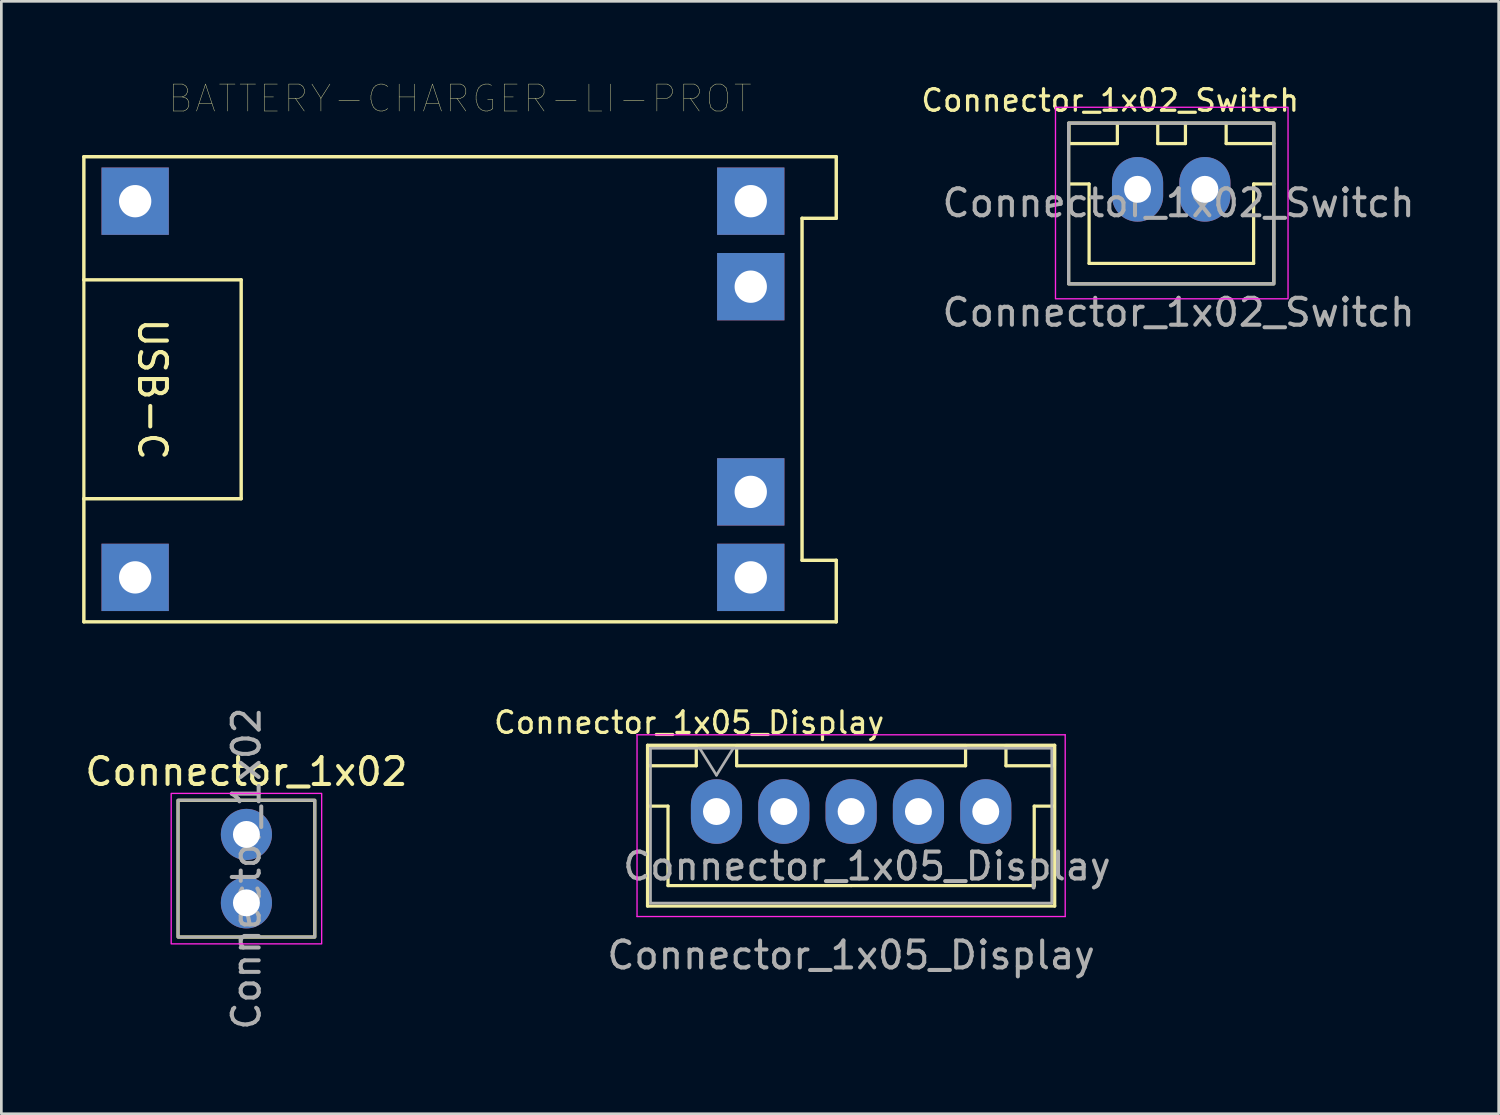
<source format=kicad_pcb>
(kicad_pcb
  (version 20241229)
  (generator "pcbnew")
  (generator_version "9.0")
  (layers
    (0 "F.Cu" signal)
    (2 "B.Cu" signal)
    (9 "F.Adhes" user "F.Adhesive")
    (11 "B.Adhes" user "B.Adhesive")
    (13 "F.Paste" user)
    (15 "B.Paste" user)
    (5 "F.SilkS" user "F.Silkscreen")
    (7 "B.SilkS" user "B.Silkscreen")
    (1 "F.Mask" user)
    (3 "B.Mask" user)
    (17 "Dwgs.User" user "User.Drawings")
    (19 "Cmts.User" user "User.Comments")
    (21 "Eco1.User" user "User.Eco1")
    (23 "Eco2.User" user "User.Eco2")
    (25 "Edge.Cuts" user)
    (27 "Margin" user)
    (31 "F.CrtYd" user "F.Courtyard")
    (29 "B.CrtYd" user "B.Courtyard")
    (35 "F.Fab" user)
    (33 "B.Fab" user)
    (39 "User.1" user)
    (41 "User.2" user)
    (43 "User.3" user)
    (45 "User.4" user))
  (footprint "BATTERY-CHARGER-LI-PROT"
    (layer "F.Cu")
    (at 14.034 11.406)
    (property "Reference" "BATTERY-CHARGER-LI-PROT" (at 0 -10.795 0) (layer "F.SilkS") (effects (font (size 1 1) (thickness 0.015))))
    (attr through_hole)
    (fp_line (start -13.97 -8.636) (end -13.97 -4.064) (stroke (width 0.127) (type solid)) (layer "F.SilkS"))
    (fp_line (start -13.97 -8.636) (end 13.97 -8.636) (stroke (width 0.127) (type solid)) (layer "F.SilkS"))
    (fp_line (start -13.97 -4.064) (end -13.97 4.064) (stroke (width 0.12) (type solid)) (layer "F.SilkS"))
    (fp_line (start -13.97 -4.064) (end -8.128 -4.064) (stroke (width 0.127) (type solid)) (layer "F.SilkS"))
    (fp_line (start -13.97 4.064) (end -8.128 4.064) (stroke (width 0.127) (type solid)) (layer "F.SilkS"))
    (fp_line (start -13.97 8.636) (end -13.97 4.064) (stroke (width 0.127) (type solid)) (layer "F.SilkS"))
    (fp_line (start -8.128 -4.064) (end -8.128 4.064) (stroke (width 0.127) (type solid)) (layer "F.SilkS"))
    (fp_line (start 12.7 -6.35) (end 12.7 6.35) (stroke (width 0.127) (type solid)) (layer "F.SilkS"))
    (fp_line (start 12.7 6.35) (end 13.97 6.35) (stroke (width 0.127) (type solid)) (layer "F.SilkS"))
    (fp_line (start 13.97 -8.636) (end 13.97 -6.35) (stroke (width 0.127) (type solid)) (layer "F.SilkS"))
    (fp_line (start 13.97 -6.35) (end 12.7 -6.35) (stroke (width 0.127) (type solid)) (layer "F.SilkS"))
    (fp_line (start 13.97 6.35) (end 13.97 8.636) (stroke (width 0.127) (type solid)) (layer "F.SilkS"))
    (fp_line (start 13.97 8.636) (end -13.97 8.636) (stroke (width 0.127) (type solid)) (layer "F.SilkS"))
    (fp_text user "USB-C" (at -11.43 0 270) (unlocked yes) (layer "F.SilkS") (effects (font (size 1 1) (thickness 0.15))))
    (pad "B+" thru_hole rect (at 10.795 -3.81) (size 2.5 2.5) (drill 1.2) (layers "*.Cu" "*.Mask"))
    (pad "B-" thru_hole rect (at 10.795 3.81) (size 2.5 2.5) (drill 1.2) (layers "*.Cu" "*.Mask"))
    (pad "IN+" thru_hole rect (at -12.065 -6.985) (size 2.5 2.5) (drill 1.2) (layers "*.Cu" "*.Mask"))
    (pad "IN-" thru_hole rect (at -12.065 6.985) (size 2.5 2.5) (drill 1.2) (layers "*.Cu" "*.Mask"))
    (pad "OUT+" thru_hole rect (at 10.795 -6.985) (size 2.5 2.5) (drill 1.2) (layers "*.Cu" "*.Mask"))
    (pad "OUT-" thru_hole rect (at 10.795 6.985) (size 2.5 2.5) (drill 1.2) (layers "*.Cu" "*.Mask")))
  (footprint "Connector_1x02"
    (layer "F.Cu")
    (at 6.101 27.937)
    (property "Reference" "Connector_1x02" (at 0 -2.33 0) (layer "F.SilkS") (effects (font (size 1 1) (thickness 0.15))))
    (attr through_hole)
    (fp_rect (start 2.54 -1.27) (end -2.54 3.81) (stroke (width 0.12) (type solid)) (fill no) (layer "F.SilkS"))
    (fp_rect (start 2.794 4.064) (end -2.794 -1.524) (stroke (width 0.05) (type solid)) (fill no) (layer "F.CrtYd"))
    (fp_rect (start 2.54 3.81) (end -2.54 -1.27) (stroke (width 0.1) (type solid)) (fill no) (layer "F.Fab"))
    (fp_text user "${REFERENCE}" (at 0 1.27 90) (layer "F.Fab") (effects (font (size 1 1) (thickness 0.15))))
    (pad "1" thru_hole circle (at 0 0) (size 1.9 1.9) (drill 1) (layers "*.Cu" "*.Mask"))
    (pad "2" thru_hole circle (at 0 2.54) (size 1.9 1.9) (drill 1) (layers "*.Cu" "*.Mask")))
  (footprint "Connector_1x02_Switch"
    (layer "F.Cu")
    (at 39.193 3.981)
    (property "Reference" "Connector_1x02_Switch" (at -1.016 -3.302 0) (layer "F.SilkS") (effects (font (size 0.8 0.8) (thickness 0.12))))
    (attr through_hole)
    (fp_line (start -2.55 -2.45) (end -2.55 -1.7) (stroke (width 0.12) (type solid)) (layer "F.SilkS"))
    (fp_line (start -2.55 -1.7) (end -0.75 -1.7) (stroke (width 0.12) (type solid)) (layer "F.SilkS"))
    (fp_line (start -2.55 -0.2) (end -1.8 -0.2) (stroke (width 0.12) (type solid)) (layer "F.SilkS"))
    (fp_line (start -1.8 -0.2) (end -1.8 2.75) (stroke (width 0.12) (type solid)) (layer "F.SilkS"))
    (fp_line (start -0.75 -1.7) (end -0.75 -2.45) (stroke (width 0.12) (type solid)) (layer "F.SilkS"))
    (fp_line (start 0.75 -2.45) (end 0.75 -1.7) (stroke (width 0.12) (type solid)) (layer "F.SilkS"))
    (fp_line (start 0.75 -1.7) (end 1.778 -1.7) (stroke (width 0.12) (type solid)) (layer "F.SilkS"))
    (fp_line (start 1.778 -1.7) (end 1.778 -2.45) (stroke (width 0.12) (type solid)) (layer "F.SilkS"))
    (fp_line (start 3.29 -1.7) (end 3.29 -2.45) (stroke (width 0.12) (type solid)) (layer "F.SilkS"))
    (fp_line (start 3.29 -1.7) (end 5.06 -1.7) (stroke (width 0.12) (type solid)) (layer "F.SilkS"))
    (fp_line (start 4.31 -0.2) (end 4.31 2.75) (stroke (width 0.12) (type solid)) (layer "F.SilkS"))
    (fp_line (start 4.31 2.75) (end -1.8 2.75) (stroke (width 0.12) (type solid)) (layer "F.SilkS"))
    (fp_line (start 5.06 -0.2) (end 4.31 -0.2) (stroke (width 0.12) (type solid)) (layer "F.SilkS"))
    (fp_rect (start -2.56 -2.46) (end 5.06 3.51) (stroke (width 0.12) (type solid)) (fill no) (layer "F.SilkS"))
    (fp_rect (start 5.588 -3.048) (end -3.048 4.064) (stroke (width 0.05) (type solid)) (fill no) (layer "F.CrtYd"))
    (fp_rect (start -2.56 -2.46) (end 5.06 3.51) (stroke (width 0.12) (type solid)) (fill no) (layer "F.Fab"))
    (fp_text user "${REFERENCE}" (at 1.524 0.508 180) (layer "F.Fab") (effects (font (size 1 1) (thickness 0.15))))
    (fp_text user "Connector_1x02_Switch" (at 1.524 4.572 180) (layer "F.Fab") (effects (font (size 1 1) (thickness 0.15))))
    (pad "1" thru_hole oval (at 0 0) (size 1.9 2.4) (drill 1) (layers "*.Cu" "*.Mask"))
    (pad "2" thru_hole oval (at 2.5 0) (size 1.9 2.4) (drill 1) (layers "*.Cu" "*.Mask")))
  (footprint "Connector_1x05_Display"
    (layer "F.Cu")
    (at 23.556 27.086)
    (property "Reference" "Connector_1x05_Display" (at -1.016 -3.302 0) (layer "F.SilkS") (effects (font (size 0.8 0.8) (thickness 0.12))))
    (attr through_hole)
    (fp_line (start -2.56 -2.46) (end -2.56 3.51) (stroke (width 0.12) (type solid)) (layer "F.SilkS"))
    (fp_line (start -2.56 3.51) (end 12.56 3.51) (stroke (width 0.12) (type solid)) (layer "F.SilkS"))
    (fp_line (start -2.55 -2.45) (end -2.55 -1.7) (stroke (width 0.12) (type solid)) (layer "F.SilkS"))
    (fp_line (start -2.55 -1.7) (end -0.75 -1.7) (stroke (width 0.12) (type solid)) (layer "F.SilkS"))
    (fp_line (start -2.55 -0.2) (end -1.8 -0.2) (stroke (width 0.12) (type solid)) (layer "F.SilkS"))
    (fp_line (start -1.8 -0.2) (end -1.8 2.75) (stroke (width 0.12) (type solid)) (layer "F.SilkS"))
    (fp_line (start -0.75 -2.45) (end -2.55 -2.45) (stroke (width 0.12) (type solid)) (layer "F.SilkS"))
    (fp_line (start -0.75 -1.7) (end -0.75 -2.45) (stroke (width 0.12) (type solid)) (layer "F.SilkS"))
    (fp_line (start 0.75 -2.45) (end 0.75 -1.7) (stroke (width 0.12) (type solid)) (layer "F.SilkS"))
    (fp_line (start 0.75 -1.7) (end 9.25 -1.7) (stroke (width 0.12) (type solid)) (layer "F.SilkS"))
    (fp_line (start 5 2.75) (end -1.8 2.75) (stroke (width 0.12) (type solid)) (layer "F.SilkS"))
    (fp_line (start 9.25 -2.45) (end 0.75 -2.45) (stroke (width 0.12) (type solid)) (layer "F.SilkS"))
    (fp_line (start 9.25 -1.7) (end 9.25 -2.45) (stroke (width 0.12) (type solid)) (layer "F.SilkS"))
    (fp_line (start 10.75 -2.45) (end 10.75 -1.7) (stroke (width 0.12) (type solid)) (layer "F.SilkS"))
    (fp_line (start 10.75 -1.7) (end 12.55 -1.7) (stroke (width 0.12) (type solid)) (layer "F.SilkS"))
    (fp_line (start 11.8 -0.2) (end 11.8 2.75) (stroke (width 0.12) (type solid)) (layer "F.SilkS"))
    (fp_line (start 11.8 2.75) (end 5 2.75) (stroke (width 0.12) (type solid)) (layer "F.SilkS"))
    (fp_line (start 12.55 -2.45) (end 10.75 -2.45) (stroke (width 0.12) (type solid)) (layer "F.SilkS"))
    (fp_line (start 12.55 -1.7) (end 12.55 -2.45) (stroke (width 0.12) (type solid)) (layer "F.SilkS"))
    (fp_line (start 12.55 -0.2) (end 11.8 -0.2) (stroke (width 0.12) (type solid)) (layer "F.SilkS"))
    (fp_line (start 12.56 -2.46) (end -2.56 -2.46) (stroke (width 0.12) (type solid)) (layer "F.SilkS"))
    (fp_line (start 12.56 3.51) (end 12.56 -2.46) (stroke (width 0.12) (type solid)) (layer "F.SilkS"))
    (fp_line (start -2.95 -2.85) (end -2.95 3.9) (stroke (width 0.05) (type solid)) (layer "F.CrtYd"))
    (fp_line (start -2.95 3.9) (end 12.95 3.9) (stroke (width 0.05) (type solid)) (layer "F.CrtYd"))
    (fp_line (start 12.95 -2.85) (end -2.95 -2.85) (stroke (width 0.05) (type solid)) (layer "F.CrtYd"))
    (fp_line (start 12.95 3.9) (end 12.95 -2.85) (stroke (width 0.05) (type solid)) (layer "F.CrtYd"))
    (fp_line (start -2.45 -2.35) (end -2.45 3.4) (stroke (width 0.1) (type solid)) (layer "F.Fab"))
    (fp_line (start -2.45 3.4) (end 12.45 3.4) (stroke (width 0.1) (type solid)) (layer "F.Fab"))
    (fp_line (start -0.625 -2.35) (end 0 -1.35) (stroke (width 0.1) (type solid)) (layer "F.Fab"))
    (fp_line (start 0 -1.35) (end 0.625 -2.35) (stroke (width 0.1) (type solid)) (layer "F.Fab"))
    (fp_line (start 12.45 -2.35) (end -2.45 -2.35) (stroke (width 0.1) (type solid)) (layer "F.Fab"))
    (fp_line (start 12.45 3.4) (end 12.45 -2.35) (stroke (width 0.1) (type solid)) (layer "F.Fab"))
    (fp_text user "${REFERENCE}" (at 5.588 2.032 180) (layer "F.Fab") (effects (font (size 1 1) (thickness 0.15))))
    (fp_text user "Connector_1x05_Display" (at 5 5.334 180) (layer "F.Fab") (effects (font (size 1 1) (thickness 0.15))))
    (pad "1" thru_hole oval (at 0 0) (size 1.9 2.4) (drill 1) (layers "*.Cu" "*.Mask"))
    (pad "2" thru_hole oval (at 2.5 0) (size 1.9 2.4) (drill 1) (layers "*.Cu" "*.Mask"))
    (pad "3" thru_hole oval (at 5 0) (size 1.9 2.4) (drill 1) (layers "*.Cu" "*.Mask"))
    (pad "4" thru_hole oval (at 7.5 0) (size 1.9 2.4) (drill 1) (layers "*.Cu" "*.Mask"))
    (pad "5" thru_hole oval (at 10 0) (size 1.9 2.4) (drill 1) (layers "*.Cu" "*.Mask")))
  (gr_rect
    (start -3 -3)
    (end 52.603 38.308)
    (stroke (width 0.1) (type default))
    (fill no)
    (layer "Edge.Cuts")))
</source>
